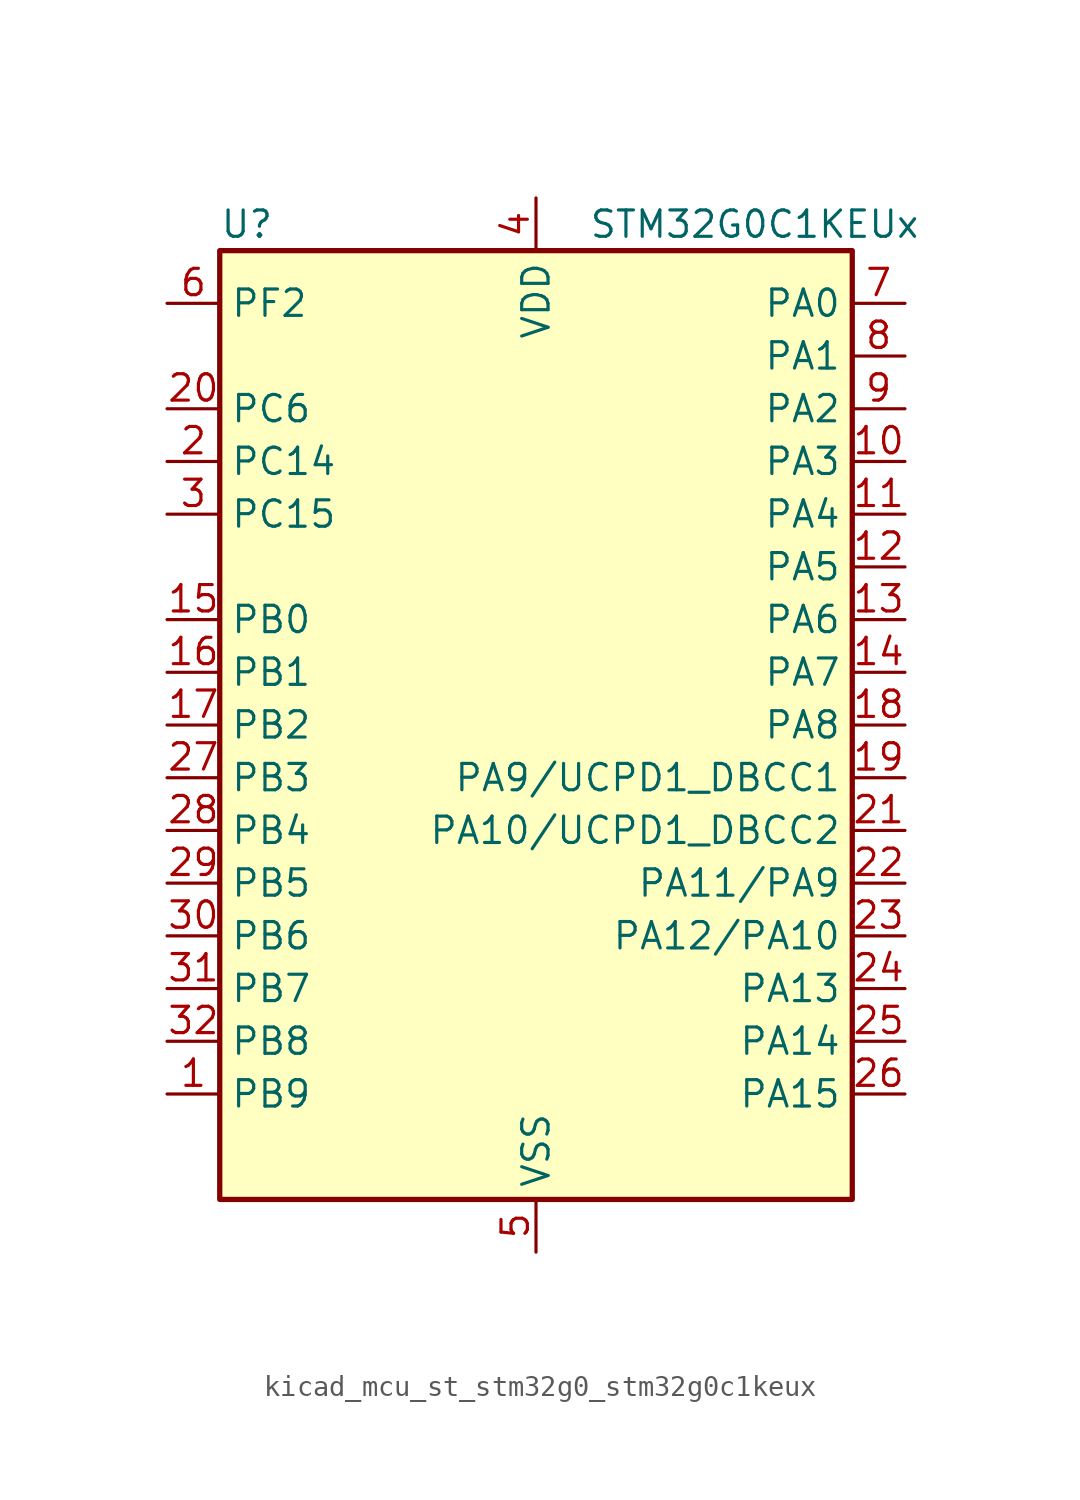
<source format=kicad_sym>
(kicad_symbol_lib
  (version 20220914)
  (generator kicad_symbol_editor)
  (symbol "kicad_mcu_st_stm32g0_stm32g0c1keux"
    (property "Reference" "U"
      (at -15.24 24.13 0)
      (effects (font (size 1.27 1.27)) (justify left)))
    (property "Value" "STM32G0C1KEUx"
      (at 2.54 24.13 0)
      (effects (font (size 1.27 1.27)) (justify left)))
    (property "ki_locked" ""
      (at 0 0 0)
      (effects (font (size 1.27 1.27))))
    (symbol "kicad_mcu_st_stm32g0_stm32g0c1keux_0_1"
      (rectangle (start -15.24 -22.86) (end 15.24 22.86) (stroke (width 0.254) (type default)) (fill (type background))))
    (symbol "kicad_mcu_st_stm32g0_stm32g0c1keux_1_1"
      (pin bidirectional line (at -17.78 -17.78 0) (length 2.54) (name "PB9" (effects (font (size 1.27 1.27)))) (number "1" (effects (font (size 1.27 1.27)))) (alternate "DAC1_EXTI9" bidirectional line) (alternate "FDCAN1_TX" bidirectional line) (alternate "I2C1_SDA" bidirectional line) (alternate "I2S2_WS" bidirectional line) (alternate "IR_OUT" bidirectional line) (alternate "SPI2_NSS" bidirectional line) (alternate "TIM17_CH1" bidirectional line) (alternate "TIM4_CH4" bidirectional line) (alternate "USART3_RX" bidirectional line) (alternate "USART6_RX" bidirectional line))
      (pin bidirectional line (at 17.78 12.7 180) (length 2.54) (name "PA3" (effects (font (size 1.27 1.27)))) (number "10" (effects (font (size 1.27 1.27)))) (alternate "ADC1_IN3" bidirectional line) (alternate "COMP2_INP" bidirectional line) (alternate "I2S2_MCK" bidirectional line) (alternate "LPUART1_RX" bidirectional line) (alternate "SPI2_MISO" bidirectional line) (alternate "TIM15_CH2" bidirectional line) (alternate "TIM2_CH4" bidirectional line) (alternate "USART2_RX" bidirectional line))
      (pin bidirectional line (at 17.78 10.16 180) (length 2.54) (name "PA4" (effects (font (size 1.27 1.27)))) (number "11" (effects (font (size 1.27 1.27)))) (alternate "ADC1_IN4" bidirectional line) (alternate "DAC1_OUT1" bidirectional line) (alternate "I2S1_WS" bidirectional line) (alternate "I2S2_SD" bidirectional line) (alternate "LPTIM2_OUT" bidirectional line) (alternate "RTC_OUT1" bidirectional line) (alternate "RTC_TAMP_IN1" bidirectional line) (alternate "RTC_TS" bidirectional line) (alternate "SPI1_NSS" bidirectional line) (alternate "SPI2_MOSI" bidirectional line) (alternate "SPI3_NSS" bidirectional line) (alternate "SYS_WKUP2" bidirectional line) (alternate "TIM14_CH1" bidirectional line) (alternate "USART6_TX" bidirectional line) (alternate "USB_NOE" bidirectional line))
      (pin bidirectional line (at 17.78 7.62 180) (length 2.54) (name "PA5" (effects (font (size 1.27 1.27)))) (number "12" (effects (font (size 1.27 1.27)))) (alternate "ADC1_IN5" bidirectional line) (alternate "CEC" bidirectional line) (alternate "DAC1_OUT2" bidirectional line) (alternate "I2S1_CK" bidirectional line) (alternate "LPTIM2_ETR" bidirectional line) (alternate "SPI1_SCK" bidirectional line) (alternate "TIM2_CH1" bidirectional line) (alternate "TIM2_ETR" bidirectional line) (alternate "UCPD1_FRSTX1" bidirectional line) (alternate "UCPD1_FRSTX2" bidirectional line) (alternate "USART3_TX" bidirectional line) (alternate "USART6_RX" bidirectional line))
      (pin bidirectional line (at 17.78 5.08 180) (length 2.54) (name "PA6" (effects (font (size 1.27 1.27)))) (number "13" (effects (font (size 1.27 1.27)))) (alternate "ADC1_IN6" bidirectional line) (alternate "COMP1_OUT" bidirectional line) (alternate "I2C2_SDA" bidirectional line) (alternate "I2C3_SDA" bidirectional line) (alternate "I2S1_MCK" bidirectional line) (alternate "LPUART1_CTS" bidirectional line) (alternate "SPI1_MISO" bidirectional line) (alternate "TIM16_CH1" bidirectional line) (alternate "TIM1_BK" bidirectional line) (alternate "TIM3_CH1" bidirectional line) (alternate "USART3_CTS" bidirectional line) (alternate "USART3_NSS" bidirectional line) (alternate "USART6_CTS" bidirectional line) (alternate "USART6_NSS" bidirectional line))
      (pin bidirectional line (at 17.78 2.54 180) (length 2.54) (name "PA7" (effects (font (size 1.27 1.27)))) (number "14" (effects (font (size 1.27 1.27)))) (alternate "ADC1_IN7" bidirectional line) (alternate "COMP2_OUT" bidirectional line) (alternate "I2C2_SCL" bidirectional line) (alternate "I2C3_SCL" bidirectional line) (alternate "I2S1_SD" bidirectional line) (alternate "SPI1_MOSI" bidirectional line) (alternate "TIM14_CH1" bidirectional line) (alternate "TIM17_CH1" bidirectional line) (alternate "TIM1_CH1N" bidirectional line) (alternate "TIM3_CH2" bidirectional line) (alternate "UCPD1_FRSTX1" bidirectional line) (alternate "UCPD1_FRSTX2" bidirectional line) (alternate "USART6_CK" bidirectional line) (alternate "USART6_DE" bidirectional line) (alternate "USART6_RTS" bidirectional line))
      (pin bidirectional line (at -17.78 5.08 0) (length 2.54) (name "PB0" (effects (font (size 1.27 1.27)))) (number "15" (effects (font (size 1.27 1.27)))) (alternate "ADC1_IN8" bidirectional line) (alternate "COMP1_OUT" bidirectional line) (alternate "COMP3_INP" bidirectional line) (alternate "FDCAN2_RX" bidirectional line) (alternate "I2S1_WS" bidirectional line) (alternate "LPTIM1_OUT" bidirectional line) (alternate "LPUART2_CTS" bidirectional line) (alternate "SPI1_NSS" bidirectional line) (alternate "TIM1_CH2N" bidirectional line) (alternate "TIM3_CH3" bidirectional line) (alternate "UCPD1_FRSTX1" bidirectional line) (alternate "UCPD1_FRSTX2" bidirectional line) (alternate "USART3_RX" bidirectional line) (alternate "USART5_TX" bidirectional line))
      (pin bidirectional line (at -17.78 2.54 0) (length 2.54) (name "PB1" (effects (font (size 1.27 1.27)))) (number "16" (effects (font (size 1.27 1.27)))) (alternate "ADC1_IN9" bidirectional line) (alternate "COMP1_INM" bidirectional line) (alternate "COMP3_OUT" bidirectional line) (alternate "FDCAN2_TX" bidirectional line) (alternate "LPTIM2_IN1" bidirectional line) (alternate "LPUART1_DE" bidirectional line) (alternate "LPUART1_RTS" bidirectional line) (alternate "LPUART2_DE" bidirectional line) (alternate "LPUART2_RTS" bidirectional line) (alternate "TIM14_CH1" bidirectional line) (alternate "TIM1_CH3N" bidirectional line) (alternate "TIM3_CH4" bidirectional line) (alternate "USART3_CK" bidirectional line) (alternate "USART3_DE" bidirectional line) (alternate "USART3_RTS" bidirectional line) (alternate "USART5_RX" bidirectional line))
      (pin bidirectional line (at -17.78 0 0) (length 2.54) (name "PB2" (effects (font (size 1.27 1.27)))) (number "17" (effects (font (size 1.27 1.27)))) (alternate "ADC1_IN10" bidirectional line) (alternate "COMP1_INP" bidirectional line) (alternate "COMP3_INM" bidirectional line) (alternate "I2S2_MCK" bidirectional line) (alternate "LPTIM1_OUT" bidirectional line) (alternate "RCC_MCO_2" bidirectional line) (alternate "SPI2_MISO" bidirectional line) (alternate "USART3_TX" bidirectional line))
      (pin bidirectional line (at 17.78 0 180) (length 2.54) (name "PA8" (effects (font (size 1.27 1.27)))) (number "18" (effects (font (size 1.27 1.27)))) (alternate "CRS1_SYNC" bidirectional line) (alternate "I2C2_SMBA" bidirectional line) (alternate "I2S2_WS" bidirectional line) (alternate "LPTIM2_OUT" bidirectional line) (alternate "RCC_MCO" bidirectional line) (alternate "SPI2_NSS" bidirectional line) (alternate "TIM1_CH1" bidirectional line) (alternate "UCPD1_CC1" bidirectional line))
      (pin bidirectional line (at 17.78 -2.54 180) (length 2.54) (name "PA9/UCPD1_DBCC1" (effects (font (size 1.27 1.27)))) (number "19" (effects (font (size 1.27 1.27)))) (alternate "DAC1_EXTI9" bidirectional line) (alternate "I2C1_SCL" bidirectional line) (alternate "I2C2_SCL" bidirectional line) (alternate "I2S2_MCK" bidirectional line) (alternate "RCC_MCO" bidirectional line) (alternate "SPI2_MISO" bidirectional line) (alternate "TIM15_BK" bidirectional line) (alternate "TIM1_CH2" bidirectional line) (alternate "UCPD1_DBCC1" bidirectional line) (alternate "USART1_TX" bidirectional line))
      (pin bidirectional line (at -17.78 12.7 0) (length 2.54) (name "PC14" (effects (font (size 1.27 1.27)))) (number "2" (effects (font (size 1.27 1.27)))) (alternate "RCC_OSC32_IN" bidirectional line) (alternate "RCC_OSC_IN" bidirectional line) (alternate "TIM1_BK2" bidirectional line))
      (pin bidirectional line (at -17.78 15.24 0) (length 2.54) (name "PC6" (effects (font (size 1.27 1.27)))) (number "20" (effects (font (size 1.27 1.27)))) (alternate "LPUART2_TX" bidirectional line) (alternate "TIM2_CH3" bidirectional line) (alternate "TIM3_CH1" bidirectional line) (alternate "UCPD1_FRSTX1" bidirectional line) (alternate "UCPD1_FRSTX2" bidirectional line))
      (pin bidirectional line (at 17.78 -5.08 180) (length 2.54) (name "PA10/UCPD1_DBCC2" (effects (font (size 1.27 1.27)))) (number "21" (effects (font (size 1.27 1.27)))) (alternate "I2C1_SDA" bidirectional line) (alternate "I2C2_SDA" bidirectional line) (alternate "I2S2_SD" bidirectional line) (alternate "RCC_MCO_2" bidirectional line) (alternate "SPI2_MOSI" bidirectional line) (alternate "TIM17_BK" bidirectional line) (alternate "TIM1_CH3" bidirectional line) (alternate "UCPD1_DBCC2" bidirectional line) (alternate "USART1_RX" bidirectional line))
      (pin bidirectional line (at 17.78 -7.62 180) (length 2.54) (name "PA11/PA9" (effects (font (size 1.27 1.27)))) (number "22" (effects (font (size 1.27 1.27)))) (alternate "ADC1_EXTI11" bidirectional line) (alternate "COMP1_OUT" bidirectional line) (alternate "FDCAN1_RX" bidirectional line) (alternate "I2C2_SCL" bidirectional line) (alternate "I2S1_MCK" bidirectional line) (alternate "SPI1_MISO" bidirectional line) (alternate "TIM1_BK2" bidirectional line) (alternate "TIM1_CH4" bidirectional line) (alternate "USART1_CTS" bidirectional line) (alternate "USART1_NSS" bidirectional line) (alternate "USB_DM" bidirectional line))
      (pin bidirectional line (at 17.78 -10.16 180) (length 2.54) (name "PA12/PA10" (effects (font (size 1.27 1.27)))) (number "23" (effects (font (size 1.27 1.27)))) (alternate "COMP2_OUT" bidirectional line) (alternate "FDCAN1_TX" bidirectional line) (alternate "I2C2_SDA" bidirectional line) (alternate "I2S1_SD" bidirectional line) (alternate "I2S_CKIN" bidirectional line) (alternate "SPI1_MOSI" bidirectional line) (alternate "TIM1_ETR" bidirectional line) (alternate "USART1_CK" bidirectional line) (alternate "USART1_DE" bidirectional line) (alternate "USART1_RTS" bidirectional line) (alternate "USB_DP" bidirectional line))
      (pin bidirectional line (at 17.78 -12.7 180) (length 2.54) (name "PA13" (effects (font (size 1.27 1.27)))) (number "24" (effects (font (size 1.27 1.27)))) (alternate "IR_OUT" bidirectional line) (alternate "LPUART2_RX" bidirectional line) (alternate "SYS_SWDIO" bidirectional line) (alternate "USB_NOE" bidirectional line))
      (pin bidirectional line (at 17.78 -15.24 180) (length 2.54) (name "PA14" (effects (font (size 1.27 1.27)))) (number "25" (effects (font (size 1.27 1.27)))) (alternate "LPUART2_TX" bidirectional line) (alternate "SYS_SWCLK" bidirectional line) (alternate "USART2_TX" bidirectional line))
      (pin bidirectional line (at 17.78 -17.78 180) (length 2.54) (name "PA15" (effects (font (size 1.27 1.27)))) (number "26" (effects (font (size 1.27 1.27)))) (alternate "I2C2_SMBA" bidirectional line) (alternate "I2S1_WS" bidirectional line) (alternate "RCC_MCO_2" bidirectional line) (alternate "SPI1_NSS" bidirectional line) (alternate "SPI3_NSS" bidirectional line) (alternate "TIM2_CH1" bidirectional line) (alternate "TIM2_ETR" bidirectional line) (alternate "USART2_RX" bidirectional line) (alternate "USART3_CK" bidirectional line) (alternate "USART3_DE" bidirectional line) (alternate "USART3_RTS" bidirectional line) (alternate "USART4_CK" bidirectional line) (alternate "USART4_DE" bidirectional line) (alternate "USART4_RTS" bidirectional line) (alternate "USB_NOE" bidirectional line))
      (pin bidirectional line (at -17.78 -2.54 0) (length 2.54) (name "PB3" (effects (font (size 1.27 1.27)))) (number "27" (effects (font (size 1.27 1.27)))) (alternate "COMP2_INM" bidirectional line) (alternate "I2C2_SCL" bidirectional line) (alternate "I2C3_SCL" bidirectional line) (alternate "I2S1_CK" bidirectional line) (alternate "SPI1_SCK" bidirectional line) (alternate "SPI3_SCK" bidirectional line) (alternate "TIM1_CH2" bidirectional line) (alternate "TIM2_CH2" bidirectional line) (alternate "USART1_CK" bidirectional line) (alternate "USART1_DE" bidirectional line) (alternate "USART1_RTS" bidirectional line) (alternate "USART5_TX" bidirectional line))
      (pin bidirectional line (at -17.78 -5.08 0) (length 2.54) (name "PB4" (effects (font (size 1.27 1.27)))) (number "28" (effects (font (size 1.27 1.27)))) (alternate "COMP2_INP" bidirectional line) (alternate "I2C2_SDA" bidirectional line) (alternate "I2C3_SDA" bidirectional line) (alternate "I2S1_MCK" bidirectional line) (alternate "SPI1_MISO" bidirectional line) (alternate "SPI3_MISO" bidirectional line) (alternate "TIM17_BK" bidirectional line) (alternate "TIM3_CH1" bidirectional line) (alternate "USART1_CTS" bidirectional line) (alternate "USART1_NSS" bidirectional line) (alternate "USART5_RX" bidirectional line))
      (pin bidirectional line (at -17.78 -7.62 0) (length 2.54) (name "PB5" (effects (font (size 1.27 1.27)))) (number "29" (effects (font (size 1.27 1.27)))) (alternate "COMP2_OUT" bidirectional line) (alternate "FDCAN2_RX" bidirectional line) (alternate "I2C1_SMBA" bidirectional line) (alternate "I2S1_SD" bidirectional line) (alternate "LPTIM1_IN1" bidirectional line) (alternate "SPI1_MOSI" bidirectional line) (alternate "SPI3_MOSI" bidirectional line) (alternate "SYS_WKUP6" bidirectional line) (alternate "TIM16_BK" bidirectional line) (alternate "TIM3_CH2" bidirectional line) (alternate "USART5_CK" bidirectional line) (alternate "USART5_DE" bidirectional line) (alternate "USART5_RTS" bidirectional line))
      (pin bidirectional line (at -17.78 10.16 0) (length 2.54) (name "PC15" (effects (font (size 1.27 1.27)))) (number "3" (effects (font (size 1.27 1.27)))) (alternate "RCC_OSC32_EN" bidirectional line) (alternate "RCC_OSC32_OUT" bidirectional line) (alternate "RCC_OSC_EN" bidirectional line) (alternate "TIM15_BK" bidirectional line))
      (pin bidirectional line (at -17.78 -10.16 0) (length 2.54) (name "PB6" (effects (font (size 1.27 1.27)))) (number "30" (effects (font (size 1.27 1.27)))) (alternate "COMP2_INP" bidirectional line) (alternate "FDCAN2_TX" bidirectional line) (alternate "I2C1_SCL" bidirectional line) (alternate "I2S2_MCK" bidirectional line) (alternate "LPTIM1_ETR" bidirectional line) (alternate "LPUART2_TX" bidirectional line) (alternate "SPI2_MISO" bidirectional line) (alternate "TIM16_CH1N" bidirectional line) (alternate "TIM1_CH3" bidirectional line) (alternate "TIM4_CH1" bidirectional line) (alternate "USART1_TX" bidirectional line) (alternate "USART5_CTS" bidirectional line) (alternate "USART5_NSS" bidirectional line))
      (pin bidirectional line (at -17.78 -12.7 0) (length 2.54) (name "PB7" (effects (font (size 1.27 1.27)))) (number "31" (effects (font (size 1.27 1.27)))) (alternate "COMP2_INM" bidirectional line) (alternate "I2C1_SDA" bidirectional line) (alternate "I2S2_SD" bidirectional line) (alternate "LPTIM1_IN2" bidirectional line) (alternate "LPUART2_RX" bidirectional line) (alternate "SPI2_MOSI" bidirectional line) (alternate "SYS_PVD_IN" bidirectional line) (alternate "TIM17_CH1N" bidirectional line) (alternate "TIM4_CH2" bidirectional line) (alternate "USART1_RX" bidirectional line) (alternate "USART4_CTS" bidirectional line) (alternate "USART4_NSS" bidirectional line))
      (pin bidirectional line (at -17.78 -15.24 0) (length 2.54) (name "PB8" (effects (font (size 1.27 1.27)))) (number "32" (effects (font (size 1.27 1.27)))) (alternate "CEC" bidirectional line) (alternate "FDCAN1_RX" bidirectional line) (alternate "I2C1_SCL" bidirectional line) (alternate "I2S2_CK" bidirectional line) (alternate "SPI2_SCK" bidirectional line) (alternate "TIM15_BK" bidirectional line) (alternate "TIM16_CH1" bidirectional line) (alternate "TIM4_CH3" bidirectional line) (alternate "USART3_TX" bidirectional line) (alternate "USART6_TX" bidirectional line))
      (pin passive line (at 0 -25.4 90) (length 2.54) hide (name "VSS" (effects (font (size 1.27 1.27)))) (number "33" (effects (font (size 1.27 1.27)))))
      (pin power_in line (at 0 25.4 270) (length 2.54) (name "VDD" (effects (font (size 1.27 1.27)))) (number "4" (effects (font (size 1.27 1.27)))))
      (pin power_in line (at 0 -25.4 90) (length 2.54) (name "VSS" (effects (font (size 1.27 1.27)))) (number "5" (effects (font (size 1.27 1.27)))))
      (pin bidirectional line (at -17.78 20.32 0) (length 2.54) (name "PF2" (effects (font (size 1.27 1.27)))) (number "6" (effects (font (size 1.27 1.27)))) (alternate "LPUART2_DE" bidirectional line) (alternate "LPUART2_RTS" bidirectional line) (alternate "LPUART2_TX" bidirectional line) (alternate "RCC_MCO" bidirectional line))
      (pin bidirectional line (at 17.78 20.32 180) (length 2.54) (name "PA0" (effects (font (size 1.27 1.27)))) (number "7" (effects (font (size 1.27 1.27)))) (alternate "ADC1_IN0" bidirectional line) (alternate "COMP1_INM" bidirectional line) (alternate "COMP1_OUT" bidirectional line) (alternate "I2S2_CK" bidirectional line) (alternate "LPTIM1_OUT" bidirectional line) (alternate "RTC_TAMP_IN2" bidirectional line) (alternate "SPI2_SCK" bidirectional line) (alternate "SYS_WKUP1" bidirectional line) (alternate "TIM2_CH1" bidirectional line) (alternate "TIM2_ETR" bidirectional line) (alternate "USART2_CTS" bidirectional line) (alternate "USART2_NSS" bidirectional line) (alternate "USART4_TX" bidirectional line))
      (pin bidirectional line (at 17.78 17.78 180) (length 2.54) (name "PA1" (effects (font (size 1.27 1.27)))) (number "8" (effects (font (size 1.27 1.27)))) (alternate "ADC1_IN1" bidirectional line) (alternate "COMP1_INP" bidirectional line) (alternate "I2C1_SMBA" bidirectional line) (alternate "I2S1_CK" bidirectional line) (alternate "SPI1_SCK" bidirectional line) (alternate "TIM15_CH1N" bidirectional line) (alternate "TIM2_CH2" bidirectional line) (alternate "USART2_CK" bidirectional line) (alternate "USART2_DE" bidirectional line) (alternate "USART2_RTS" bidirectional line) (alternate "USART4_RX" bidirectional line))
      (pin bidirectional line (at 17.78 15.24 180) (length 2.54) (name "PA2" (effects (font (size 1.27 1.27)))) (number "9" (effects (font (size 1.27 1.27)))) (alternate "ADC1_IN2" bidirectional line) (alternate "COMP2_INM" bidirectional line) (alternate "COMP2_OUT" bidirectional line) (alternate "I2S1_SD" bidirectional line) (alternate "LPUART1_TX" bidirectional line) (alternate "RCC_LSCO" bidirectional line) (alternate "SPI1_MOSI" bidirectional line) (alternate "SYS_WKUP4" bidirectional line) (alternate "TIM15_CH1" bidirectional line) (alternate "TIM2_CH3" bidirectional line) (alternate "UCPD1_FRSTX1" bidirectional line) (alternate "UCPD1_FRSTX2" bidirectional line) (alternate "USART2_TX" bidirectional line)))))
</source>
